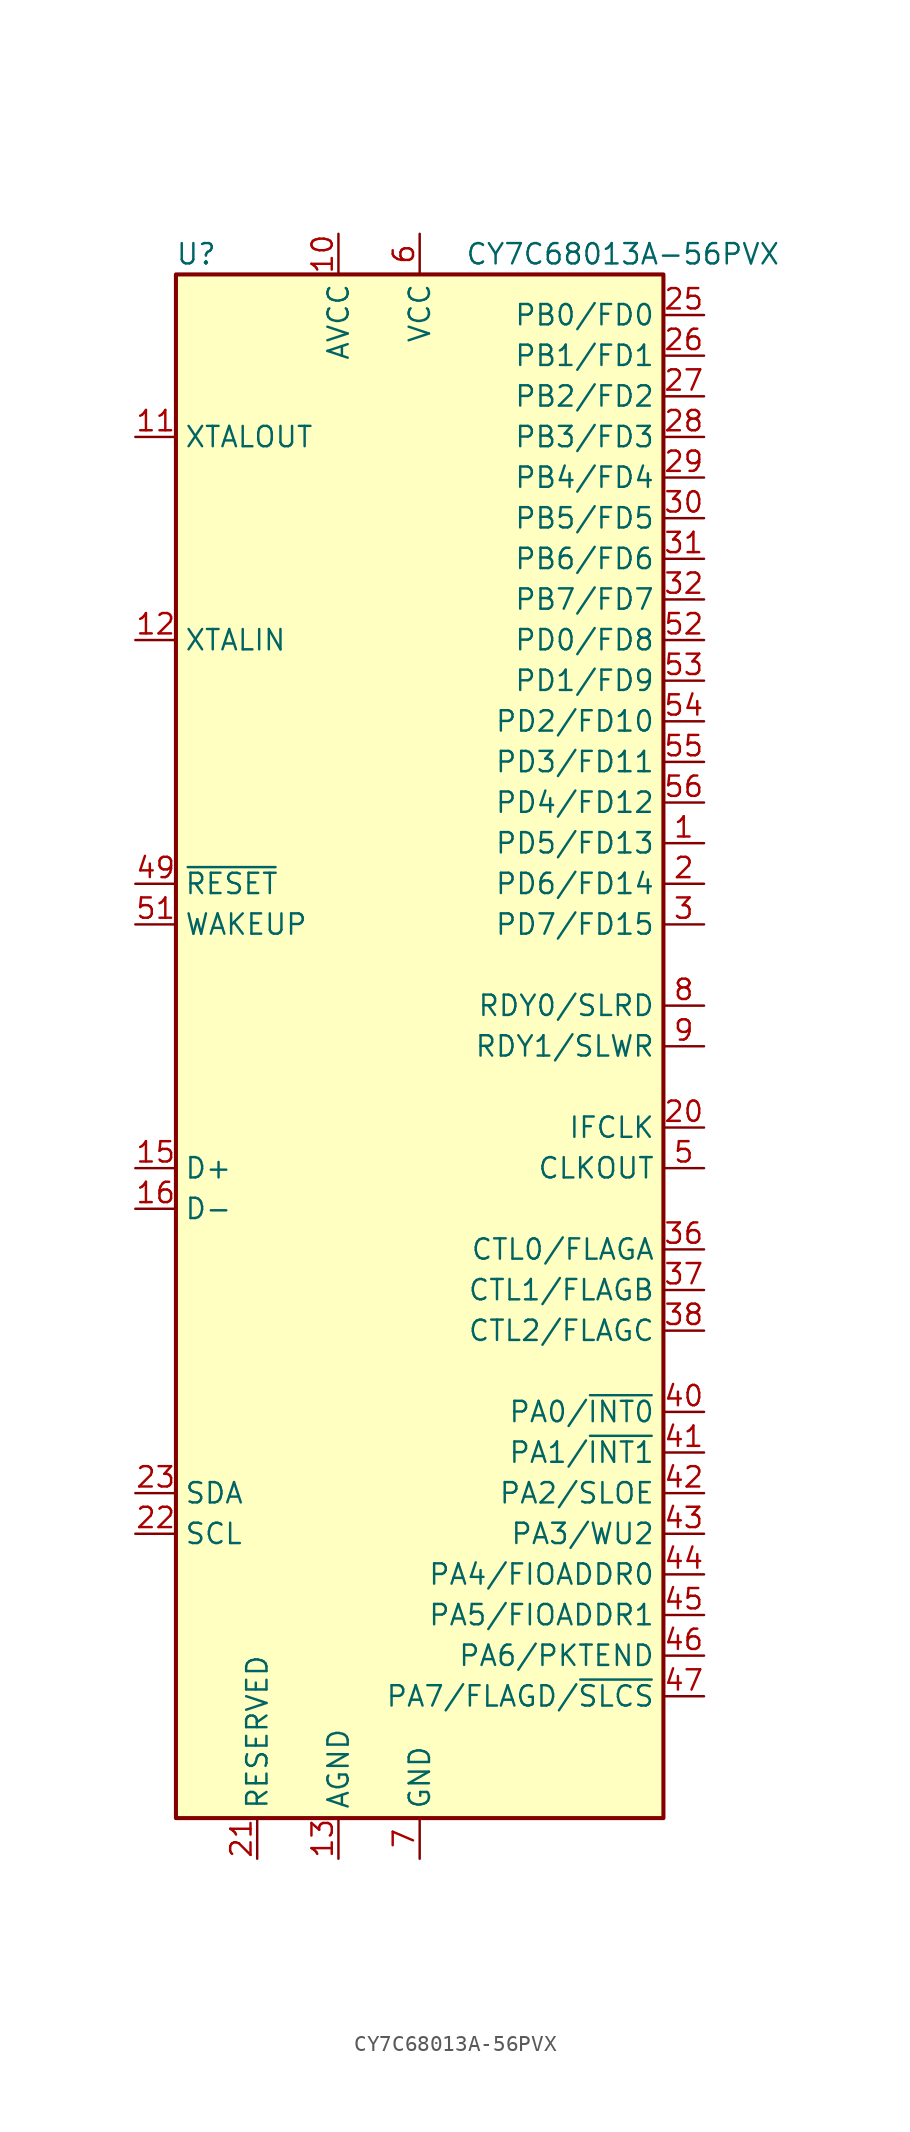
<source format=kicad_sym>
(kicad_symbol_lib
  (version 20231120)
  (generator "kicad_symbol_editor")
  (generator_version "8.0")
  (symbol "CY7C68013A-56PVX"
    (property "Reference" "U"
      (at -13.97 49.53 0)
      (effects (font (size 1.27 1.27))))
    (property "Value" "CY7C68013A-56PVX"
      (at 12.7 49.53 0)
      (effects (font (size 1.27 1.27))))
    (symbol "CY7C68013A-56PVX_0_1"
      (rectangle (start 15.24 -48.26) (end -15.24 48.26) (stroke (width 0.254) (type default)) (fill (type background))))
    (symbol "CY7C68013A-56PVX_1_1"
      (pin bidirectional line (at 17.78 12.7 180) (length 2.54) (name "PD5/FD13" (effects (font (size 1.27 1.27)))) (number "1" (effects (font (size 1.27 1.27)))))
      (pin power_in line (at -5.08 50.8 270) (length 2.54) (name "AVCC" (effects (font (size 1.27 1.27)))) (number "10" (effects (font (size 1.27 1.27)))))
      (pin output line (at -17.78 38.1 0) (length 2.54) (name "XTALOUT" (effects (font (size 1.27 1.27)))) (number "11" (effects (font (size 1.27 1.27)))))
      (pin input line (at -17.78 25.4 0) (length 2.54) (name "XTALIN" (effects (font (size 1.27 1.27)))) (number "12" (effects (font (size 1.27 1.27)))))
      (pin power_in line (at -5.08 -50.8 90) (length 2.54) (name "AGND" (effects (font (size 1.27 1.27)))) (number "13" (effects (font (size 1.27 1.27)))))
      (pin passive line (at -5.08 50.8 270) (length 2.54) hide (name "AVCC" (effects (font (size 1.27 1.27)))) (number "14" (effects (font (size 1.27 1.27)))))
      (pin bidirectional line (at -17.78 -7.62 0) (length 2.54) (name "D+" (effects (font (size 1.27 1.27)))) (number "15" (effects (font (size 1.27 1.27)))))
      (pin bidirectional line (at -17.78 -10.16 0) (length 2.54) (name "D-" (effects (font (size 1.27 1.27)))) (number "16" (effects (font (size 1.27 1.27)))))
      (pin passive line (at -5.08 -50.8 90) (length 2.54) hide (name "AGND" (effects (font (size 1.27 1.27)))) (number "17" (effects (font (size 1.27 1.27)))))
      (pin passive line (at 0 50.8 270) (length 2.54) hide (name "VCC" (effects (font (size 1.27 1.27)))) (number "18" (effects (font (size 1.27 1.27)))))
      (pin passive line (at 0 -50.8 90) (length 2.54) hide (name "GND" (effects (font (size 1.27 1.27)))) (number "19" (effects (font (size 1.27 1.27)))))
      (pin bidirectional line (at 17.78 10.16 180) (length 2.54) (name "PD6/FD14" (effects (font (size 1.27 1.27)))) (number "2" (effects (font (size 1.27 1.27)))))
      (pin bidirectional line (at 17.78 -5.08 180) (length 2.54) (name "IFCLK" (effects (font (size 1.27 1.27)))) (number "20" (effects (font (size 1.27 1.27)))))
      (pin input line (at -10.16 -50.8 90) (length 2.54) (name "RESERVED" (effects (font (size 1.27 1.27)))) (number "21" (effects (font (size 1.27 1.27)))))
      (pin input line (at -17.78 -30.48 0) (length 2.54) (name "SCL" (effects (font (size 1.27 1.27)))) (number "22" (effects (font (size 1.27 1.27)))))
      (pin bidirectional line (at -17.78 -27.94 0) (length 2.54) (name "SDA" (effects (font (size 1.27 1.27)))) (number "23" (effects (font (size 1.27 1.27)))))
      (pin passive line (at 0 50.8 270) (length 2.54) hide (name "VCC" (effects (font (size 1.27 1.27)))) (number "24" (effects (font (size 1.27 1.27)))))
      (pin bidirectional line (at 17.78 45.72 180) (length 2.54) (name "PB0/FD0" (effects (font (size 1.27 1.27)))) (number "25" (effects (font (size 1.27 1.27)))))
      (pin bidirectional line (at 17.78 43.18 180) (length 2.54) (name "PB1/FD1" (effects (font (size 1.27 1.27)))) (number "26" (effects (font (size 1.27 1.27)))))
      (pin bidirectional line (at 17.78 40.64 180) (length 2.54) (name "PB2/FD2" (effects (font (size 1.27 1.27)))) (number "27" (effects (font (size 1.27 1.27)))))
      (pin bidirectional line (at 17.78 38.1 180) (length 2.54) (name "PB3/FD3" (effects (font (size 1.27 1.27)))) (number "28" (effects (font (size 1.27 1.27)))))
      (pin bidirectional line (at 17.78 35.56 180) (length 2.54) (name "PB4/FD4" (effects (font (size 1.27 1.27)))) (number "29" (effects (font (size 1.27 1.27)))))
      (pin bidirectional line (at 17.78 7.62 180) (length 2.54) (name "PD7/FD15" (effects (font (size 1.27 1.27)))) (number "3" (effects (font (size 1.27 1.27)))))
      (pin bidirectional line (at 17.78 33.02 180) (length 2.54) (name "PB5/FD5" (effects (font (size 1.27 1.27)))) (number "30" (effects (font (size 1.27 1.27)))))
      (pin bidirectional line (at 17.78 30.48 180) (length 2.54) (name "PB6/FD6" (effects (font (size 1.27 1.27)))) (number "31" (effects (font (size 1.27 1.27)))))
      (pin bidirectional line (at 17.78 27.94 180) (length 2.54) (name "PB7/FD7" (effects (font (size 1.27 1.27)))) (number "32" (effects (font (size 1.27 1.27)))))
      (pin passive line (at 0 -50.8 90) (length 2.54) hide (name "GND" (effects (font (size 1.27 1.27)))) (number "33" (effects (font (size 1.27 1.27)))))
      (pin passive line (at 0 50.8 270) (length 2.54) hide (name "VCC" (effects (font (size 1.27 1.27)))) (number "34" (effects (font (size 1.27 1.27)))))
      (pin passive line (at 0 -50.8 90) (length 2.54) hide (name "GND" (effects (font (size 1.27 1.27)))) (number "35" (effects (font (size 1.27 1.27)))))
      (pin output line (at 17.78 -12.7 180) (length 2.54) (name "CTL0/FLAGA" (effects (font (size 1.27 1.27)))) (number "36" (effects (font (size 1.27 1.27)))))
      (pin output line (at 17.78 -15.24 180) (length 2.54) (name "CTL1/FLAGB" (effects (font (size 1.27 1.27)))) (number "37" (effects (font (size 1.27 1.27)))))
      (pin output line (at 17.78 -17.78 180) (length 2.54) (name "CTL2/FLAGC" (effects (font (size 1.27 1.27)))) (number "38" (effects (font (size 1.27 1.27)))))
      (pin passive line (at 0 50.8 270) (length 2.54) hide (name "VCC" (effects (font (size 1.27 1.27)))) (number "39" (effects (font (size 1.27 1.27)))))
      (pin passive line (at 0 -50.8 90) (length 2.54) hide (name "GND" (effects (font (size 1.27 1.27)))) (number "4" (effects (font (size 1.27 1.27)))))
      (pin bidirectional line (at 17.78 -22.86 180) (length 2.54) (name "PA0/~{INT0}" (effects (font (size 1.27 1.27)))) (number "40" (effects (font (size 1.27 1.27)))))
      (pin bidirectional line (at 17.78 -25.4 180) (length 2.54) (name "PA1/~{INT1}" (effects (font (size 1.27 1.27)))) (number "41" (effects (font (size 1.27 1.27)))))
      (pin bidirectional line (at 17.78 -27.94 180) (length 2.54) (name "PA2/SLOE" (effects (font (size 1.27 1.27)))) (number "42" (effects (font (size 1.27 1.27)))))
      (pin bidirectional line (at 17.78 -30.48 180) (length 2.54) (name "PA3/WU2" (effects (font (size 1.27 1.27)))) (number "43" (effects (font (size 1.27 1.27)))))
      (pin bidirectional line (at 17.78 -33.02 180) (length 2.54) (name "PA4/FIOADDR0" (effects (font (size 1.27 1.27)))) (number "44" (effects (font (size 1.27 1.27)))))
      (pin bidirectional line (at 17.78 -35.56 180) (length 2.54) (name "PA5/FIOADDR1" (effects (font (size 1.27 1.27)))) (number "45" (effects (font (size 1.27 1.27)))))
      (pin bidirectional line (at 17.78 -38.1 180) (length 2.54) (name "PA6/PKTEND" (effects (font (size 1.27 1.27)))) (number "46" (effects (font (size 1.27 1.27)))))
      (pin bidirectional line (at 17.78 -40.64 180) (length 2.54) (name "PA7/FLAGD/~{SLCS}" (effects (font (size 1.27 1.27)))) (number "47" (effects (font (size 1.27 1.27)))))
      (pin passive line (at 0 -50.8 90) (length 2.54) hide (name "GND" (effects (font (size 1.27 1.27)))) (number "48" (effects (font (size 1.27 1.27)))))
      (pin input line (at -17.78 10.16 0) (length 2.54) (name "~{RESET}" (effects (font (size 1.27 1.27)))) (number "49" (effects (font (size 1.27 1.27)))))
      (pin output line (at 17.78 -7.62 180) (length 2.54) (name "CLKOUT" (effects (font (size 1.27 1.27)))) (number "5" (effects (font (size 1.27 1.27)))))
      (pin passive line (at 0 50.8 270) (length 2.54) hide (name "VCC" (effects (font (size 1.27 1.27)))) (number "50" (effects (font (size 1.27 1.27)))))
      (pin input line (at -17.78 7.62 0) (length 2.54) (name "WAKEUP" (effects (font (size 1.27 1.27)))) (number "51" (effects (font (size 1.27 1.27)))))
      (pin bidirectional line (at 17.78 25.4 180) (length 2.54) (name "PD0/FD8" (effects (font (size 1.27 1.27)))) (number "52" (effects (font (size 1.27 1.27)))))
      (pin bidirectional line (at 17.78 22.86 180) (length 2.54) (name "PD1/FD9" (effects (font (size 1.27 1.27)))) (number "53" (effects (font (size 1.27 1.27)))))
      (pin bidirectional line (at 17.78 20.32 180) (length 2.54) (name "PD2/FD10" (effects (font (size 1.27 1.27)))) (number "54" (effects (font (size 1.27 1.27)))))
      (pin bidirectional line (at 17.78 17.78 180) (length 2.54) (name "PD3/FD11" (effects (font (size 1.27 1.27)))) (number "55" (effects (font (size 1.27 1.27)))))
      (pin bidirectional line (at 17.78 15.24 180) (length 2.54) (name "PD4/FD12" (effects (font (size 1.27 1.27)))) (number "56" (effects (font (size 1.27 1.27)))))
      (pin power_in line (at 0 50.8 270) (length 2.54) (name "VCC" (effects (font (size 1.27 1.27)))) (number "6" (effects (font (size 1.27 1.27)))))
      (pin power_in line (at 0 -50.8 90) (length 2.54) (name "GND" (effects (font (size 1.27 1.27)))) (number "7" (effects (font (size 1.27 1.27)))))
      (pin input line (at 17.78 2.54 180) (length 2.54) (name "RDY0/SLRD" (effects (font (size 1.27 1.27)))) (number "8" (effects (font (size 1.27 1.27)))))
      (pin input line (at 17.78 0 180) (length 2.54) (name "RDY1/SLWR" (effects (font (size 1.27 1.27)))) (number "9" (effects (font (size 1.27 1.27))))))))
</source>
